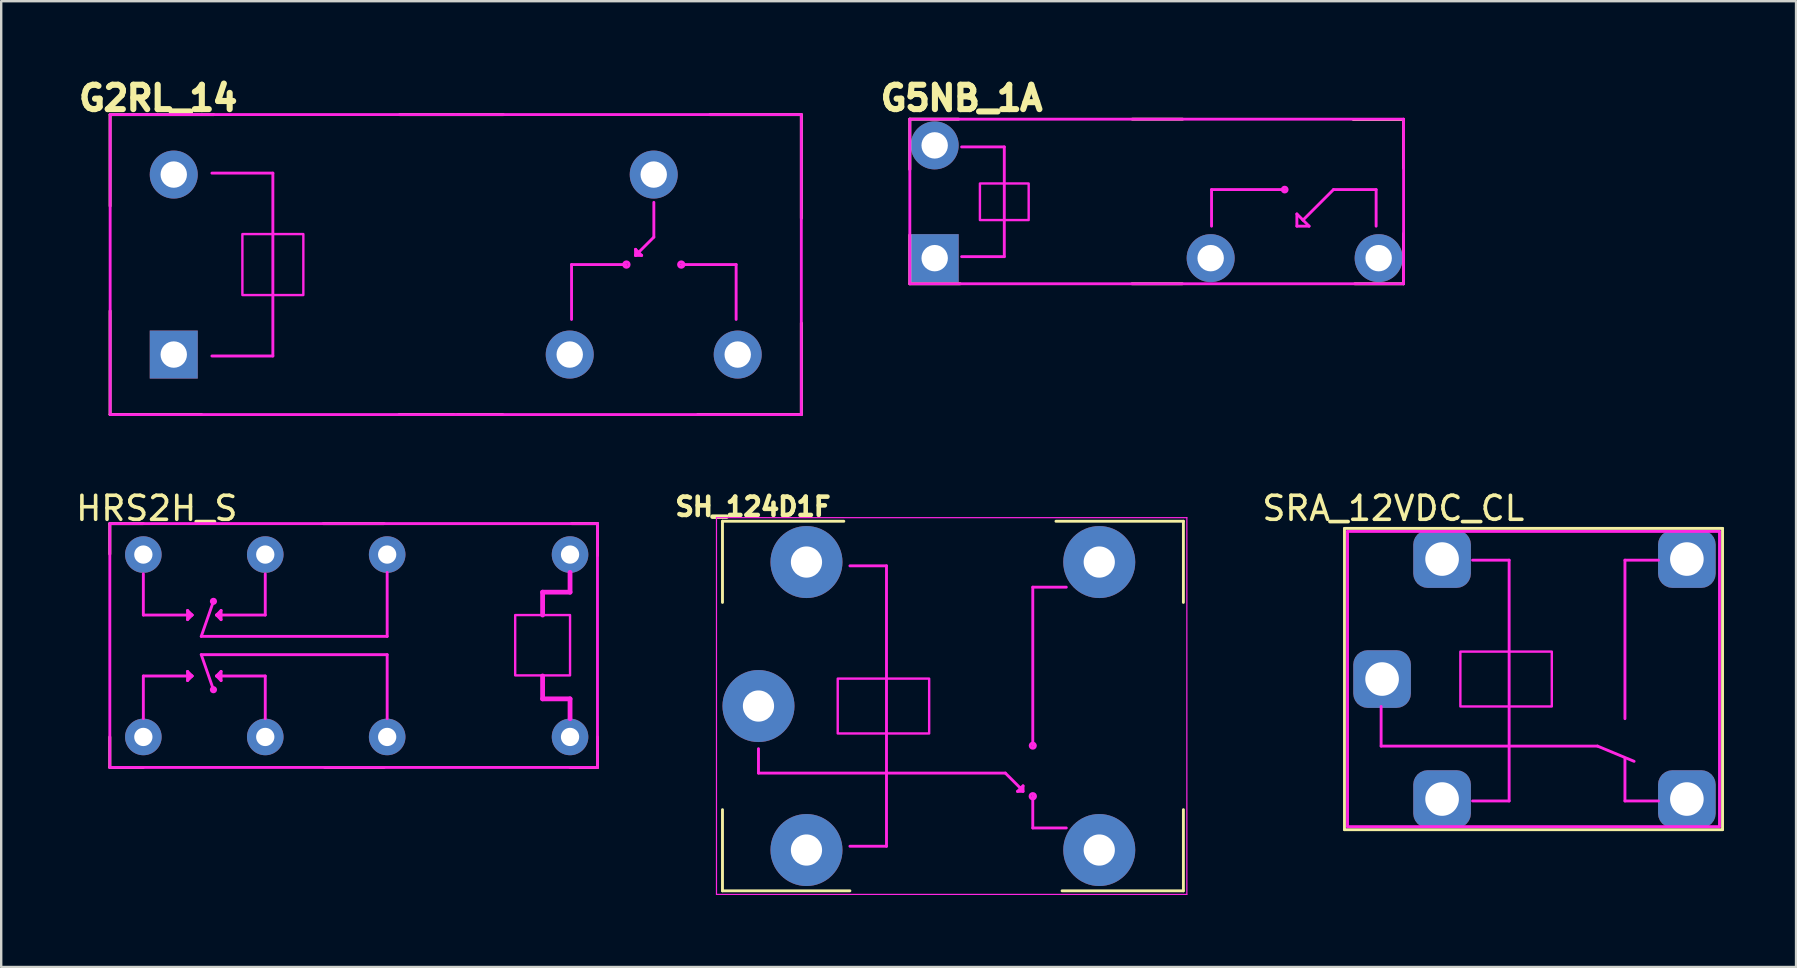
<source format=kicad_pcb>
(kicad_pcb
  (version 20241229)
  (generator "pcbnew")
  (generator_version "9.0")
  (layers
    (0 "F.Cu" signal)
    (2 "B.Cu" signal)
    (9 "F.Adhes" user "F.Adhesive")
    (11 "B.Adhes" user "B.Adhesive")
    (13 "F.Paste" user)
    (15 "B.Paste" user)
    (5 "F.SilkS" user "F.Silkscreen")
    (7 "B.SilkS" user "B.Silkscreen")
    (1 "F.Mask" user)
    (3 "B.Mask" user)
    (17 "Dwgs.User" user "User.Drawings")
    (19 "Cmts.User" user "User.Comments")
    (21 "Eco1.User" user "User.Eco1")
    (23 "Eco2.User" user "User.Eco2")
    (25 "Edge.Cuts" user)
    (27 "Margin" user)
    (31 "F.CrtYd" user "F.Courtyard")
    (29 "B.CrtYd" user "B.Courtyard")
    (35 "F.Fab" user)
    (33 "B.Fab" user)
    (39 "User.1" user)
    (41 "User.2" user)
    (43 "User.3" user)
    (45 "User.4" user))
  (footprint "G5NB_1A"
    (layer "F.Cu")
    (at 45.148 5.358)
    (property "Reference" "G5NB_1A" (at -8.128 -4.318 180) (layer "F.SilkS") (effects (font (size 1.016 1.016) (thickness 0.254))))
    (attr through_hole)
    (fp_line (start -10.287 -3.442) (end -10.287 -1.346) (stroke (width 0.12) (type solid)) (layer "F.SilkS"))
    (fp_line (start -10.287 1.384) (end -10.287 3.416) (stroke (width 0.12) (type solid)) (layer "F.SilkS"))
    (fp_line (start -10.287 3.416) (end -8.191 3.416) (stroke (width 0.12) (type solid)) (layer "F.SilkS"))
    (fp_line (start -8.255 -3.442) (end -10.287 -3.442) (stroke (width 0.12) (type solid)) (layer "F.SilkS"))
    (fp_line (start 1.067 3.416) (end -1.029 3.416) (stroke (width 0.12) (type solid)) (layer "F.SilkS"))
    (fp_line (start 1.079 -3.442) (end -1.016 -3.442) (stroke (width 0.12) (type solid)) (layer "F.SilkS"))
    (fp_line (start 8.255 3.416) (end 10.287 3.416) (stroke (width 0.12) (type solid)) (layer "F.SilkS"))
    (fp_line (start 10.287 -3.429) (end 8.191 -3.429) (stroke (width 0.12) (type solid)) (layer "F.SilkS"))
    (fp_line (start 10.287 -1.397) (end 10.287 -3.429) (stroke (width 0.12) (type solid)) (layer "F.SilkS"))
    (fp_line (start 10.287 3.416) (end 10.287 1.321) (stroke (width 0.12) (type solid)) (layer "F.SilkS"))
    (fp_line (start -10.287 -3.442) (end 10.287 -3.442) (stroke (width 0.12) (type solid)) (layer "F.CrtYd"))
    (fp_line (start -10.287 3.416) (end -10.287 -3.442) (stroke (width 0.12) (type solid)) (layer "F.CrtYd"))
    (fp_line (start -8.128 -2.286) (end -6.35 -2.286) (stroke (width 0.12) (type solid)) (layer "F.CrtYd"))
    (fp_line (start -6.35 -2.286) (end -6.35 2.286) (stroke (width 0.12) (type solid)) (layer "F.CrtYd"))
    (fp_line (start -6.35 2.286) (end -8.128 2.286) (stroke (width 0.12) (type solid)) (layer "F.CrtYd"))
    (fp_line (start 2.286 -0.508) (end 5.334 -0.508) (stroke (width 0.12) (type solid)) (layer "F.CrtYd"))
    (fp_line (start 2.286 1.016) (end 2.286 -0.508) (stroke (width 0.12) (type solid)) (layer "F.CrtYd"))
    (fp_line (start 5.842 0.508) (end 5.842 1.016) (stroke (width 0.12) (type solid)) (layer "F.CrtYd"))
    (fp_line (start 5.842 1.016) (end 6.35 1.016) (stroke (width 0.12) (type solid)) (layer "F.CrtYd"))
    (fp_line (start 6.096 0.762) (end 5.842 0.508) (stroke (width 0.12) (type solid)) (layer "F.CrtYd"))
    (fp_line (start 6.35 1.016) (end 6.096 0.762) (stroke (width 0.12) (type solid)) (layer "F.CrtYd"))
    (fp_line (start 7.366 -0.508) (end 6.096 0.762) (stroke (width 0.12) (type solid)) (layer "F.CrtYd"))
    (fp_line (start 9.144 -0.508) (end 7.366 -0.508) (stroke (width 0.12) (type solid)) (layer "F.CrtYd"))
    (fp_line (start 9.144 1.016) (end 9.144 -0.508) (stroke (width 0.12) (type solid)) (layer "F.CrtYd"))
    (fp_line (start 10.287 -3.442) (end 10.287 3.416) (stroke (width 0.12) (type solid)) (layer "F.CrtYd"))
    (fp_line (start 10.287 3.416) (end -10.287 3.416) (stroke (width 0.12) (type solid)) (layer "F.CrtYd"))
    (fp_circle (center 5.334 -0.508) (end 5.232 -0.508) (stroke (width 0.12) (type solid)) (fill no) (layer "F.CrtYd"))
    (fp_poly (pts (xy -5.334 0.762) (xy -7.366 0.762) (xy -7.366 -0.762) (xy -5.334 -0.762)) (stroke (width 0.1) (type solid)) (fill no) (layer "F.CrtYd"))
    (pad "1" thru_hole rect (at -9.251 2.349 180) (size 2 2) (drill 1.1) (layers "*.Cu" "*.Mask"))
    (pad "5" thru_hole circle (at -9.251 -2.35 180) (size 2 2) (drill 1.1) (layers "*.Cu" "*.Mask"))
    (pad "11" thru_hole circle (at 9.249 2.349 180) (size 2 2) (drill 1.1) (layers "*.Cu" "*.Mask"))
    (pad "14" thru_hole circle (at 2.249 2.349 180) (size 2 2) (drill 1.1) (layers "*.Cu" "*.Mask")))
  (footprint "SRA_12VDC_CL"
    (layer "F.Cu")
    (at 60.85 25.245)
    (property "Reference" "SRA_12VDC_CL" (at -5.842 -7.112 0) (layer "F.SilkS") (effects (font (size 1 1) (thickness 0.15))))
    (attr through_hole)
    (fp_line (start -7.877 -6.277) (end -7.877 6.277) (stroke (width 0.12) (type solid)) (layer "F.SilkS"))
    (fp_line (start -7.877 6.277) (end 7.877 6.277) (stroke (width 0.12) (type solid)) (layer "F.SilkS"))
    (fp_line (start -7.874 -6.277) (end 7.88 -6.277) (stroke (width 0.12) (type solid)) (layer "F.SilkS"))
    (fp_line (start 7.877 -6.277) (end 7.877 6.277) (stroke (width 0.12) (type solid)) (layer "F.SilkS"))
    (fp_line (start -7.75 -6.15) (end -7.75 6.15) (stroke (width 0.12) (type solid)) (layer "F.CrtYd"))
    (fp_line (start -7.75 -6.15) (end 7.75 -6.15) (stroke (width 0.12) (type solid)) (layer "F.CrtYd"))
    (fp_line (start -7.75 6.15) (end 7.75 6.15) (stroke (width 0.12) (type solid)) (layer "F.CrtYd"))
    (fp_line (start -6.35 1.143) (end -6.35 2.794) (stroke (width 0.12) (type solid)) (layer "F.CrtYd"))
    (fp_line (start -6.35 2.794) (end 2.667 2.794) (stroke (width 0.12) (type solid)) (layer "F.CrtYd"))
    (fp_line (start -2.54 -4.953) (end -1.016 -4.953) (stroke (width 0.12) (type solid)) (layer "F.CrtYd"))
    (fp_line (start -1.016 -4.953) (end -1.016 5.08) (stroke (width 0.12) (type solid)) (layer "F.CrtYd"))
    (fp_line (start -1.016 5.08) (end -2.54 5.08) (stroke (width 0.12) (type solid)) (layer "F.CrtYd"))
    (fp_line (start 2.667 2.794) (end 4.191 3.429) (stroke (width 0.12) (type solid)) (layer "F.CrtYd"))
    (fp_line (start 3.81 -4.953) (end 3.81 1.651) (stroke (width 0.12) (type solid)) (layer "F.CrtYd"))
    (fp_line (start 3.81 5.08) (end 3.81 3.302) (stroke (width 0.12) (type solid)) (layer "F.CrtYd"))
    (fp_line (start 3.81 5.08) (end 5.207 5.08) (stroke (width 0.12) (type solid)) (layer "F.CrtYd"))
    (fp_line (start 5.207 -4.953) (end 3.81 -4.953) (stroke (width 0.12) (type solid)) (layer "F.CrtYd"))
    (fp_line (start 7.75 -6.15) (end 7.75 6.15) (stroke (width 0.12) (type solid)) (layer "F.CrtYd"))
    (fp_poly (pts (xy 0.762 1.143) (xy -3.048 1.143) (xy -3.048 -1.143) (xy 0.762 -1.143)) (stroke (width 0.1) (type solid)) (fill no) (layer "F.CrtYd"))
    (pad "1" thru_hole roundrect (at -6.31 0) (size 2.4 2.4) (drill 1.4) (layers "*.Cu" "*.Mask") (roundrect_rratio 0.25))
    (pad "2" thru_hole roundrect (at -3.81 -5) (size 2.4 2.4) (drill 1.4) (layers "*.Cu" "*.Mask") (roundrect_rratio 0.25))
    (pad "3" thru_hole roundrect (at 6.39 -5) (size 2.4 2.4) (drill 1.4) (layers "*.Cu" "*.Mask") (roundrect_rratio 0.25))
    (pad "4" thru_hole roundrect (at 6.39 5) (size 2.4 2.4) (drill 1.4) (layers "*.Cu" "*.Mask") (roundrect_rratio 0.25))
    (pad "5" thru_hole roundrect (at -3.81 5) (size 2.4 2.4) (drill 1.4) (layers "*.Cu" "*.Mask") (roundrect_rratio 0.25)))
  (footprint "HRS2H_S"
    (layer "F.Cu")
    (at 11.686 23.848)
    (property "Reference" "HRS2H_S" (at -8.204 -5.715 0) (layer "F.SilkS") (effects (font (size 1 1) (thickness 0.15))))
    (attr through_hole)
    (fp_line (start -10.16 -5.08) (end -10.16 -3.81) (stroke (width 0.12) (type solid)) (layer "F.SilkS"))
    (fp_line (start -10.16 -5.08) (end -8.763 -5.08) (stroke (width 0.12) (type solid)) (layer "F.SilkS"))
    (fp_line (start -10.16 5.08) (end -10.16 3.81) (stroke (width 0.12) (type solid)) (layer "F.SilkS"))
    (fp_line (start -8.763 5.08) (end -10.16 5.08) (stroke (width 0.12) (type solid)) (layer "F.SilkS"))
    (fp_line (start -1.27 -5.08) (end 1.27 -5.08) (stroke (width 0.12) (type solid)) (layer "F.SilkS"))
    (fp_line (start -1.206 5.08) (end 1.27 5.08) (stroke (width 0.12) (type solid)) (layer "F.SilkS"))
    (fp_line (start 9.017 5.08) (end 10.16 5.08) (stroke (width 0.12) (type solid)) (layer "F.SilkS"))
    (fp_line (start 9.081 -5.08) (end 10.16 -5.08) (stroke (width 0.12) (type solid)) (layer "F.SilkS"))
    (fp_line (start 10.16 -5.08) (end 10.16 -3.747) (stroke (width 0.12) (type solid)) (layer "F.SilkS"))
    (fp_line (start 10.16 5.08) (end 10.16 3.81) (stroke (width 0.12) (type solid)) (layer "F.SilkS"))
    (fp_line (start -10.16 -5.08) (end 10.16 -5.08) (stroke (width 0.12) (type solid)) (layer "F.CrtYd"))
    (fp_line (start -10.16 5.08) (end -10.16 -5.08) (stroke (width 0.12) (type solid)) (layer "F.CrtYd"))
    (fp_line (start -8.763 -1.27) (end -8.763 -2.985) (stroke (width 0.12) (type solid)) (layer "F.CrtYd"))
    (fp_line (start -8.763 -1.27) (end -6.731 -1.27) (stroke (width 0.12) (type solid)) (layer "F.CrtYd"))
    (fp_line (start -8.763 1.27) (end -6.731 1.27) (stroke (width 0.12) (type solid)) (layer "F.CrtYd"))
    (fp_line (start -8.763 3.048) (end -8.763 1.27) (stroke (width 0.12) (type solid)) (layer "F.CrtYd"))
    (fp_line (start -6.921 -1.46) (end -6.731 -1.27) (stroke (width 0.12) (type solid)) (layer "F.CrtYd"))
    (fp_line (start -6.921 -1.079) (end -6.921 -1.46) (stroke (width 0.12) (type solid)) (layer "F.CrtYd"))
    (fp_line (start -6.921 1.079) (end -6.731 1.27) (stroke (width 0.12) (type solid)) (layer "F.CrtYd"))
    (fp_line (start -6.921 1.46) (end -6.921 1.079) (stroke (width 0.12) (type solid)) (layer "F.CrtYd"))
    (fp_line (start -6.731 -1.27) (end -6.921 -1.079) (stroke (width 0.12) (type solid)) (layer "F.CrtYd"))
    (fp_line (start -6.731 1.27) (end -6.921 1.46) (stroke (width 0.12) (type solid)) (layer "F.CrtYd"))
    (fp_line (start -6.35 -0.381) (end -5.842 -1.841) (stroke (width 0.12) (type solid)) (layer "F.CrtYd"))
    (fp_line (start -6.35 0.381) (end -5.842 1.841) (stroke (width 0.12) (type solid)) (layer "F.CrtYd"))
    (fp_line (start -5.715 -1.27) (end -5.524 -1.46) (stroke (width 0.12) (type solid)) (layer "F.CrtYd"))
    (fp_line (start -5.715 1.27) (end -5.524 1.079) (stroke (width 0.12) (type solid)) (layer "F.CrtYd"))
    (fp_line (start -5.524 -1.46) (end -5.524 -1.079) (stroke (width 0.12) (type solid)) (layer "F.CrtYd"))
    (fp_line (start -5.524 -1.079) (end -5.715 -1.27) (stroke (width 0.12) (type solid)) (layer "F.CrtYd"))
    (fp_line (start -5.524 1.079) (end -5.524 1.46) (stroke (width 0.12) (type solid)) (layer "F.CrtYd"))
    (fp_line (start -5.524 1.46) (end -5.715 1.27) (stroke (width 0.12) (type solid)) (layer "F.CrtYd"))
    (fp_line (start -3.683 -2.985) (end -3.683 -1.27) (stroke (width 0.12) (type solid)) (layer "F.CrtYd"))
    (fp_line (start -3.683 -1.27) (end -5.715 -1.27) (stroke (width 0.12) (type solid)) (layer "F.CrtYd"))
    (fp_line (start -3.683 1.27) (end -5.715 1.27) (stroke (width 0.12) (type solid)) (layer "F.CrtYd"))
    (fp_line (start -3.683 1.27) (end -3.683 3.048) (stroke (width 0.12) (type solid)) (layer "F.CrtYd"))
    (fp_line (start 1.397 -3.048) (end 1.397 -0.381) (stroke (width 0.12) (type solid)) (layer "F.CrtYd"))
    (fp_line (start 1.397 -0.381) (end -6.35 -0.381) (stroke (width 0.12) (type solid)) (layer "F.CrtYd"))
    (fp_line (start 1.397 0.381) (end -6.35 0.381) (stroke (width 0.12) (type solid)) (layer "F.CrtYd"))
    (fp_line (start 1.397 3.048) (end 1.397 0.381) (stroke (width 0.12) (type solid)) (layer "F.CrtYd"))
    (fp_line (start 7.874 -2.223) (end 7.874 -1.27) (stroke (width 0.2) (type solid)) (layer "F.CrtYd"))
    (fp_line (start 7.874 2.223) (end 7.874 1.27) (stroke (width 0.2) (type solid)) (layer "F.CrtYd"))
    (fp_line (start 9.017 -3.048) (end 9.017 -2.223) (stroke (width 0.2) (type solid)) (layer "F.CrtYd"))
    (fp_line (start 9.017 -2.223) (end 7.874 -2.223) (stroke (width 0.2) (type solid)) (layer "F.CrtYd"))
    (fp_line (start 9.017 2.223) (end 7.874 2.223) (stroke (width 0.2) (type solid)) (layer "F.CrtYd"))
    (fp_line (start 9.017 3.048) (end 9.017 2.223) (stroke (width 0.2) (type solid)) (layer "F.CrtYd"))
    (fp_line (start 10.16 -5.08) (end 10.16 5.08) (stroke (width 0.12) (type solid)) (layer "F.CrtYd"))
    (fp_line (start 10.16 5.08) (end -10.16 5.08) (stroke (width 0.12) (type solid)) (layer "F.CrtYd"))
    (fp_circle (center -5.842 -1.841) (end -5.779 -1.778) (stroke (width 0.12) (type solid)) (fill no) (layer "F.CrtYd"))
    (fp_circle (center -5.842 1.841) (end -5.779 1.905) (stroke (width 0.12) (type solid)) (fill no) (layer "F.CrtYd"))
    (fp_poly (pts (xy 9.017 1.245) (xy 6.731 1.245) (xy 6.731 -1.27) (xy 9.017 -1.27)) (stroke (width 0.1) (type solid)) (fill no) (layer "F.CrtYd"))
    (pad "11" thru_hole circle (at 1.397 -3.79 180) (size 1.524 1.524) (drill 0.762) (layers "*.Cu" "*.Mask"))
    (pad "12" thru_hole circle (at -3.683 -3.79 180) (size 1.524 1.524) (drill 0.762) (layers "*.Cu" "*.Mask"))
    (pad "14" thru_hole circle (at -8.763 -3.79 180) (size 1.524 1.524) (drill 0.762) (layers "*.Cu" "*.Mask"))
    (pad "21" thru_hole circle (at 1.397 3.81 180) (size 1.524 1.524) (drill 0.762) (layers "*.Cu" "*.Mask"))
    (pad "22" thru_hole circle (at -3.683 3.81 180) (size 1.524 1.524) (drill 0.762) (layers "*.Cu" "*.Mask"))
    (pad "24" thru_hole circle (at -8.763 3.81 180) (size 1.524 1.524) (drill 0.762) (layers "*.Cu" "*.Mask"))
    (pad "A1" thru_hole circle (at 9.017 3.81 180) (size 1.524 1.524) (drill 0.762) (layers "*.Cu" "*.Mask"))
    (pad "A2" thru_hole circle (at 9.017 -3.79 180) (size 1.524 1.524) (drill 0.762) (layers "*.Cu" "*.Mask")))
  (footprint "SH_124D1F"
    (layer "F.Cu")
    (at 36.658 26.37)
    (property "Reference" "SH_124D1F" (at -8.331 -8.306 0) (layer "F.SilkS") (effects (font (size 0.762 0.762) (thickness 0.191))))
    (attr through_hole)
    (fp_line (start -9.603 -7.7) (end -9.603 -4.318) (stroke (width 0.12) (type solid)) (layer "F.SilkS"))
    (fp_line (start -9.603 -7.7) (end -4.547 -7.7) (stroke (width 0.12) (type solid)) (layer "F.SilkS"))
    (fp_line (start -9.603 4.318) (end -9.603 7.7) (stroke (width 0.12) (type solid)) (layer "F.SilkS"))
    (fp_line (start -4.293 7.7) (end -9.603 7.7) (stroke (width 0.12) (type solid)) (layer "F.SilkS"))
    (fp_line (start 4.293 -7.7) (end 9.603 -7.7) (stroke (width 0.12) (type solid)) (layer "F.SilkS"))
    (fp_line (start 9.603 -4.318) (end 9.603 -7.7) (stroke (width 0.12) (type solid)) (layer "F.SilkS"))
    (fp_line (start 9.603 7.7) (end 4.547 7.7) (stroke (width 0.12) (type solid)) (layer "F.SilkS"))
    (fp_line (start 9.603 7.7) (end 9.603 4.318) (stroke (width 0.12) (type solid)) (layer "F.SilkS"))
    (fp_line (start -9.853 7.85) (end -9.853 -7.85) (stroke (width 0.05) (type solid)) (layer "F.CrtYd"))
    (fp_line (start -9.853 7.85) (end 9.747 7.85) (stroke (width 0.05) (type solid)) (layer "F.CrtYd"))
    (fp_line (start -8.103 1.778) (end -8.103 2.794) (stroke (width 0.12) (type solid)) (layer "F.CrtYd"))
    (fp_line (start -8.103 2.794) (end 2.184 2.794) (stroke (width 0.12) (type solid)) (layer "F.CrtYd"))
    (fp_line (start -4.293 -5.842) (end -2.769 -5.842) (stroke (width 0.12) (type solid)) (layer "F.CrtYd"))
    (fp_line (start -2.769 -5.842) (end -2.769 5.842) (stroke (width 0.12) (type solid)) (layer "F.CrtYd"))
    (fp_line (start -2.769 5.842) (end -4.293 5.842) (stroke (width 0.12) (type solid)) (layer "F.CrtYd"))
    (fp_line (start 2.184 2.794) (end 2.819 3.429) (stroke (width 0.12) (type solid)) (layer "F.CrtYd"))
    (fp_line (start 2.692 3.556) (end 2.845 3.404) (stroke (width 0.12) (type solid)) (layer "F.CrtYd"))
    (fp_line (start 2.819 3.429) (end 2.921 3.327) (stroke (width 0.12) (type solid)) (layer "F.CrtYd"))
    (fp_line (start 2.845 3.404) (end 2.87 3.48) (stroke (width 0.12) (type solid)) (layer "F.CrtYd"))
    (fp_line (start 2.921 3.327) (end 2.921 3.556) (stroke (width 0.12) (type solid)) (layer "F.CrtYd"))
    (fp_line (start 2.921 3.556) (end 2.692 3.556) (stroke (width 0.12) (type solid)) (layer "F.CrtYd"))
    (fp_line (start 3.327 -4.953) (end 3.327 1.651) (stroke (width 0.12) (type solid)) (layer "F.CrtYd"))
    (fp_line (start 3.327 5.08) (end 3.327 3.759) (stroke (width 0.12) (type solid)) (layer "F.CrtYd"))
    (fp_line (start 3.327 5.08) (end 4.724 5.08) (stroke (width 0.12) (type solid)) (layer "F.CrtYd"))
    (fp_line (start 4.724 -4.953) (end 3.327 -4.953) (stroke (width 0.12) (type solid)) (layer "F.CrtYd"))
    (fp_line (start 9.747 -7.85) (end -9.853 -7.85) (stroke (width 0.05) (type solid)) (layer "F.CrtYd"))
    (fp_line (start 9.747 -7.85) (end 9.747 7.85) (stroke (width 0.05) (type solid)) (layer "F.CrtYd"))
    (fp_circle (center 3.327 1.651) (end 3.404 1.727) (stroke (width 0.12) (type solid)) (fill no) (layer "F.CrtYd"))
    (fp_circle (center 3.327 3.759) (end 3.429 3.81) (stroke (width 0.12) (type solid)) (fill no) (layer "F.CrtYd"))
    (fp_poly (pts (xy -0.991 1.143) (xy -4.801 1.143) (xy -4.801 -1.143) (xy -0.991 -1.143)) (stroke (width 0.1) (type solid)) (fill no) (layer "F.CrtYd"))
    (pad "11" thru_hole circle (at -8.103 0) (size 3 3) (drill 1.3) (layers "*.Cu" "*.Mask"))
    (pad "12" thru_hole circle (at 6.097 -6) (size 3 3) (drill 1.3) (layers "*.Cu" "*.Mask"))
    (pad "14" thru_hole circle (at 6.097 6) (size 3 3) (drill 1.3) (layers "*.Cu" "*.Mask"))
    (pad "A1" thru_hole circle (at -6.103 6) (size 3 3) (drill 1.3) (layers "*.Cu" "*.Mask"))
    (pad "A2" thru_hole circle (at -6.103 -6) (size 3 3) (drill 1.3) (layers "*.Cu" "*.Mask")))
  (footprint "G2RL_14"
    (layer "F.Cu")
    (at 15.94 7.974)
    (property "Reference" "G2RL_14" (at -12.395 -6.934 180) (layer "F.SilkS") (effects (font (size 1.016 1.016) (thickness 0.254))))
    (attr through_hole)
    (fp_line (start -14.402 -6.248) (end -14.402 -2.438) (stroke (width 0.12) (type solid)) (layer "F.SilkS"))
    (fp_line (start -14.402 -6.248) (end -10.084 -6.248) (stroke (width 0.12) (type solid)) (layer "F.SilkS"))
    (fp_line (start -14.402 6.248) (end -14.402 1.93) (stroke (width 0.12) (type solid)) (layer "F.SilkS"))
    (fp_line (start -14.402 6.248) (end -10.592 6.248) (stroke (width 0.12) (type solid)) (layer "F.SilkS"))
    (fp_line (start 1.956 6.248) (end -2.362 6.248) (stroke (width 0.12) (type solid)) (layer "F.SilkS"))
    (fp_line (start 1.981 -6.248) (end -2.337 -6.248) (stroke (width 0.12) (type solid)) (layer "F.SilkS"))
    (fp_line (start 14.402 -6.248) (end 10.592 -6.248) (stroke (width 0.12) (type solid)) (layer "F.SilkS"))
    (fp_line (start 14.402 -6.248) (end 14.402 -1.93) (stroke (width 0.12) (type solid)) (layer "F.SilkS"))
    (fp_line (start 14.402 6.248) (end 10.084 6.248) (stroke (width 0.12) (type solid)) (layer "F.SilkS"))
    (fp_line (start 14.402 6.248) (end 14.402 2.438) (stroke (width 0.12) (type solid)) (layer "F.SilkS"))
    (fp_line (start -14.4 -6.25) (end -14.4 6.25) (stroke (width 0.12) (type solid)) (layer "F.CrtYd"))
    (fp_line (start -14.4 6.25) (end 0 6.25) (stroke (width 0.12) (type solid)) (layer "F.CrtYd"))
    (fp_line (start -10.16 -3.81) (end -7.62 -3.81) (stroke (width 0.12) (type solid)) (layer "F.CrtYd"))
    (fp_line (start -7.62 -3.81) (end -7.62 3.81) (stroke (width 0.12) (type solid)) (layer "F.CrtYd"))
    (fp_line (start -7.62 3.81) (end -10.16 3.81) (stroke (width 0.12) (type solid)) (layer "F.CrtYd"))
    (fp_line (start 0 -6.25) (end -14.4 -6.25) (stroke (width 0.12) (type solid)) (layer "F.CrtYd"))
    (fp_line (start 0 6.25) (end 14.4 6.25) (stroke (width 0.12) (type solid)) (layer "F.CrtYd"))
    (fp_line (start 4.826 0) (end 7.112 0) (stroke (width 0.12) (type solid)) (layer "F.CrtYd"))
    (fp_line (start 4.826 2.286) (end 4.826 0) (stroke (width 0.12) (type solid)) (layer "F.CrtYd"))
    (fp_line (start 7.493 -0.635) (end 7.747 -0.381) (stroke (width 0.12) (type solid)) (layer "F.CrtYd"))
    (fp_line (start 7.493 -0.381) (end 7.493 -0.635) (stroke (width 0.12) (type solid)) (layer "F.CrtYd"))
    (fp_line (start 7.747 -0.381) (end 7.493 -0.381) (stroke (width 0.12) (type solid)) (layer "F.CrtYd"))
    (fp_line (start 8.255 -2.591) (end 8.255 -1.143) (stroke (width 0.12) (type solid)) (layer "F.CrtYd"))
    (fp_line (start 8.255 -1.143) (end 7.493 -0.381) (stroke (width 0.12) (type solid)) (layer "F.CrtYd"))
    (fp_line (start 11.684 0) (end 9.398 0) (stroke (width 0.12) (type solid)) (layer "F.CrtYd"))
    (fp_line (start 11.684 2.286) (end 11.684 0) (stroke (width 0.12) (type solid)) (layer "F.CrtYd"))
    (fp_line (start 14.4 -6.25) (end 0 -6.25) (stroke (width 0.12) (type solid)) (layer "F.CrtYd"))
    (fp_line (start 14.4 6.25) (end 14.4 -6.25) (stroke (width 0.12) (type solid)) (layer "F.CrtYd"))
    (fp_circle (center 7.112 0) (end 7.163 0.102) (stroke (width 0.12) (type solid)) (fill no) (layer "F.CrtYd"))
    (fp_circle (center 9.398 0) (end 9.449 0.102) (stroke (width 0.12) (type solid)) (fill no) (layer "F.CrtYd"))
    (fp_poly (pts (xy -6.35 1.27) (xy -8.89 1.27) (xy -8.89 -1.27) (xy -6.35 -1.27)) (stroke (width 0.1) (type solid)) (fill no) (layer "F.CrtYd"))
    (pad "11" thru_hole circle (at 8.25 -3.75 180) (size 2 2) (drill 1.1) (layers "*.Cu" "*.Mask"))
    (pad "12" thru_hole circle (at 4.75 3.75 180) (size 2 2) (drill 1.1) (layers "*.Cu" "*.Mask"))
    (pad "14" thru_hole circle (at 11.75 3.75 180) (size 2 2) (drill 1.1) (layers "*.Cu" "*.Mask"))
    (pad "A1" thru_hole rect (at -11.75 3.75 180) (size 2 2) (drill 1.1) (layers "*.Cu" "*.Mask"))
    (pad "A2" thru_hole circle (at -11.75 -3.75 180) (size 2 2) (drill 1.1) (layers "*.Cu" "*.Mask")))
  (gr_rect
    (start -3 -3)
    (end 71.79 37.245)
    (stroke (width 0.1) (type default))
    (fill no)
    (layer "Edge.Cuts")))
</source>
